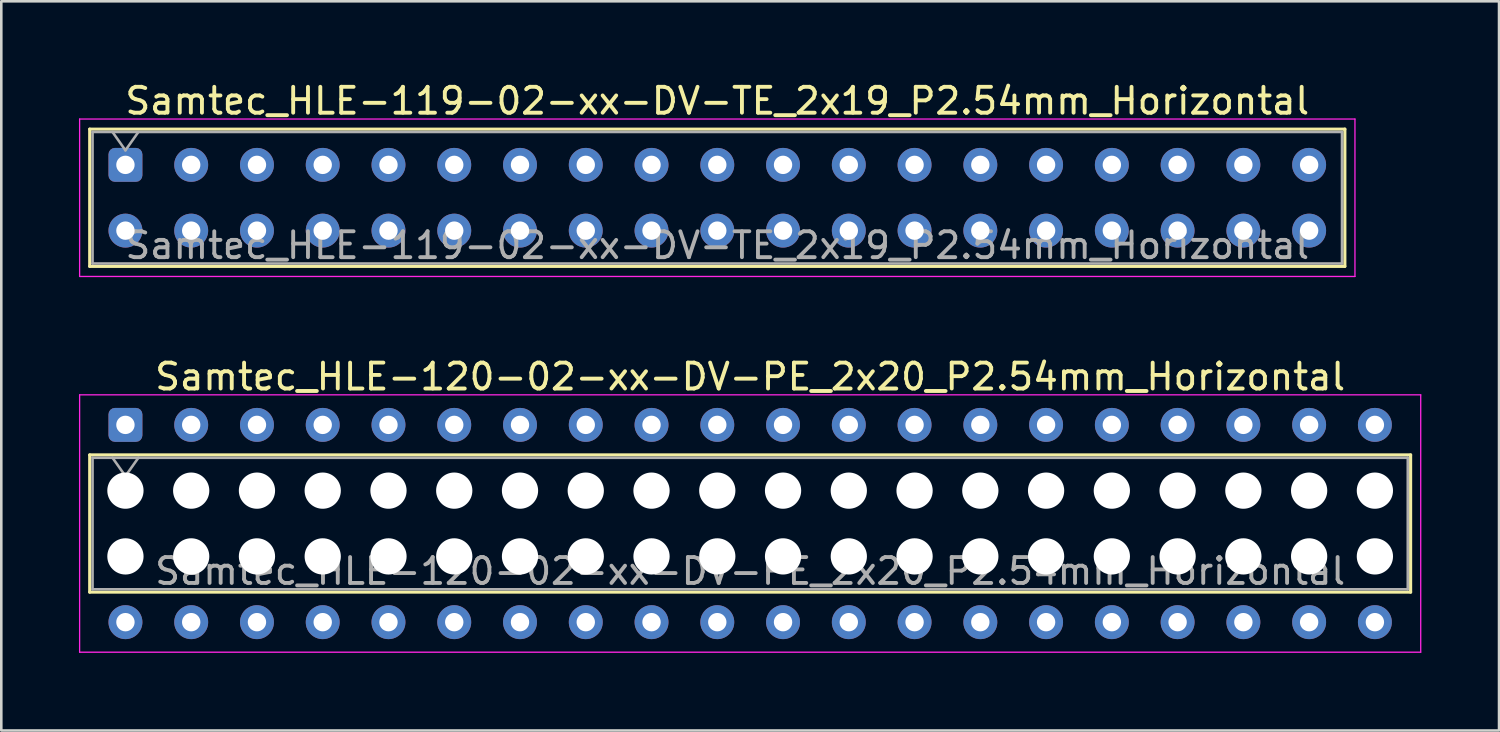
<source format=kicad_pcb>
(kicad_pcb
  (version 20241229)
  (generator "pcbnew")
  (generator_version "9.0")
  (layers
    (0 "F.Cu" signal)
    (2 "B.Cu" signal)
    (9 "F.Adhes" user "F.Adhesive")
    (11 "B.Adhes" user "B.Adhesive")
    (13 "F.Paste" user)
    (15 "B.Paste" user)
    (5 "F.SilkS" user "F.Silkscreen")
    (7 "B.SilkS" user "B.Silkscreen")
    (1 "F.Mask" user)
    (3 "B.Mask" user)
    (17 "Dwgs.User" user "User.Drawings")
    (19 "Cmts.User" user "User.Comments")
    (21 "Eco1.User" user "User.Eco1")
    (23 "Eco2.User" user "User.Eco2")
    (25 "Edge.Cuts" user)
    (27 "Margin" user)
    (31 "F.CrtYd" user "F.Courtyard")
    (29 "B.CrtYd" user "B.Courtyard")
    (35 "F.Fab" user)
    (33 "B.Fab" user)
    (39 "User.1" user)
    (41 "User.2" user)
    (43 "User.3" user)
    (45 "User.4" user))
  (footprint "Samtec_HLE-119-02-xx-DV-TE_2x19_P2.54mm_Horizontal"
    (layer "F.Cu")
    (at 1.795 3.318)
    (property "Reference" "Samtec_HLE-119-02-xx-DV-TE_2x19_P2.54mm_Horizontal" (at 22.86 -2.47 0) (layer "F.SilkS") (effects (font (size 1 1) (thickness 0.15))))
    (attr through_hole)
    (fp_line (start -1.38 -1.38) (end 47.1 -1.38) (stroke (width 0.12) (type solid)) (layer "F.SilkS"))
    (fp_line (start -1.38 3.92) (end -1.38 -1.38) (stroke (width 0.12) (type solid)) (layer "F.SilkS"))
    (fp_line (start 47.1 -1.38) (end 47.1 3.92) (stroke (width 0.12) (type solid)) (layer "F.SilkS"))
    (fp_line (start 47.1 3.92) (end -1.38 3.92) (stroke (width 0.12) (type solid)) (layer "F.SilkS"))
    (fp_line (start -1.77 -1.77) (end 47.49 -1.77) (stroke (width 0.05) (type solid)) (layer "F.CrtYd"))
    (fp_line (start -1.77 4.31) (end -1.77 -1.77) (stroke (width 0.05) (type solid)) (layer "F.CrtYd"))
    (fp_line (start 47.49 -1.77) (end 47.49 4.31) (stroke (width 0.05) (type solid)) (layer "F.CrtYd"))
    (fp_line (start 47.49 4.31) (end -1.77 4.31) (stroke (width 0.05) (type solid)) (layer "F.CrtYd"))
    (fp_line (start -1.27 -1.27) (end 46.99 -1.27) (stroke (width 0.1) (type solid)) (layer "F.Fab"))
    (fp_line (start -1.27 3.81) (end -1.27 -1.27) (stroke (width 0.1) (type solid)) (layer "F.Fab"))
    (fp_line (start -0.5 -1.27) (end 0 -0.563) (stroke (width 0.1) (type solid)) (layer "F.Fab"))
    (fp_line (start 0 -0.563) (end 0.5 -1.27) (stroke (width 0.1) (type solid)) (layer "F.Fab"))
    (fp_line (start 46.99 -1.27) (end 46.99 3.81) (stroke (width 0.1) (type solid)) (layer "F.Fab"))
    (fp_line (start 46.99 3.81) (end -1.27 3.81) (stroke (width 0.1) (type solid)) (layer "F.Fab"))
    (fp_text user "${REFERENCE}" (at 22.86 3.11 0) (layer "F.Fab") (effects (font (size 1 1) (thickness 0.15))))
    (pad "1" thru_hole roundrect (at 0 0) (size 1.31 1.31) (drill 0.71) (layers "*.Cu" "*.Mask") (roundrect_rratio 0.191))
    (pad "2" thru_hole circle (at 0 2.54) (size 1.31 1.31) (drill 0.71) (layers "*.Cu" "*.Mask"))
    (pad "3" thru_hole circle (at 2.54 0) (size 1.31 1.31) (drill 0.71) (layers "*.Cu" "*.Mask"))
    (pad "4" thru_hole circle (at 2.54 2.54) (size 1.31 1.31) (drill 0.71) (layers "*.Cu" "*.Mask"))
    (pad "5" thru_hole circle (at 5.08 0) (size 1.31 1.31) (drill 0.71) (layers "*.Cu" "*.Mask"))
    (pad "6" thru_hole circle (at 5.08 2.54) (size 1.31 1.31) (drill 0.71) (layers "*.Cu" "*.Mask"))
    (pad "7" thru_hole circle (at 7.62 0) (size 1.31 1.31) (drill 0.71) (layers "*.Cu" "*.Mask"))
    (pad "8" thru_hole circle (at 7.62 2.54) (size 1.31 1.31) (drill 0.71) (layers "*.Cu" "*.Mask"))
    (pad "9" thru_hole circle (at 10.16 0) (size 1.31 1.31) (drill 0.71) (layers "*.Cu" "*.Mask"))
    (pad "10" thru_hole circle (at 10.16 2.54) (size 1.31 1.31) (drill 0.71) (layers "*.Cu" "*.Mask"))
    (pad "11" thru_hole circle (at 12.7 0) (size 1.31 1.31) (drill 0.71) (layers "*.Cu" "*.Mask"))
    (pad "12" thru_hole circle (at 12.7 2.54) (size 1.31 1.31) (drill 0.71) (layers "*.Cu" "*.Mask"))
    (pad "13" thru_hole circle (at 15.24 0) (size 1.31 1.31) (drill 0.71) (layers "*.Cu" "*.Mask"))
    (pad "14" thru_hole circle (at 15.24 2.54) (size 1.31 1.31) (drill 0.71) (layers "*.Cu" "*.Mask"))
    (pad "15" thru_hole circle (at 17.78 0) (size 1.31 1.31) (drill 0.71) (layers "*.Cu" "*.Mask"))
    (pad "16" thru_hole circle (at 17.78 2.54) (size 1.31 1.31) (drill 0.71) (layers "*.Cu" "*.Mask"))
    (pad "17" thru_hole circle (at 20.32 0) (size 1.31 1.31) (drill 0.71) (layers "*.Cu" "*.Mask"))
    (pad "18" thru_hole circle (at 20.32 2.54) (size 1.31 1.31) (drill 0.71) (layers "*.Cu" "*.Mask"))
    (pad "19" thru_hole circle (at 22.86 0) (size 1.31 1.31) (drill 0.71) (layers "*.Cu" "*.Mask"))
    (pad "20" thru_hole circle (at 22.86 2.54) (size 1.31 1.31) (drill 0.71) (layers "*.Cu" "*.Mask"))
    (pad "21" thru_hole circle (at 25.4 0) (size 1.31 1.31) (drill 0.71) (layers "*.Cu" "*.Mask"))
    (pad "22" thru_hole circle (at 25.4 2.54) (size 1.31 1.31) (drill 0.71) (layers "*.Cu" "*.Mask"))
    (pad "23" thru_hole circle (at 27.94 0) (size 1.31 1.31) (drill 0.71) (layers "*.Cu" "*.Mask"))
    (pad "24" thru_hole circle (at 27.94 2.54) (size 1.31 1.31) (drill 0.71) (layers "*.Cu" "*.Mask"))
    (pad "25" thru_hole circle (at 30.48 0) (size 1.31 1.31) (drill 0.71) (layers "*.Cu" "*.Mask"))
    (pad "26" thru_hole circle (at 30.48 2.54) (size 1.31 1.31) (drill 0.71) (layers "*.Cu" "*.Mask"))
    (pad "27" thru_hole circle (at 33.02 0) (size 1.31 1.31) (drill 0.71) (layers "*.Cu" "*.Mask"))
    (pad "28" thru_hole circle (at 33.02 2.54) (size 1.31 1.31) (drill 0.71) (layers "*.Cu" "*.Mask"))
    (pad "29" thru_hole circle (at 35.56 0) (size 1.31 1.31) (drill 0.71) (layers "*.Cu" "*.Mask"))
    (pad "30" thru_hole circle (at 35.56 2.54) (size 1.31 1.31) (drill 0.71) (layers "*.Cu" "*.Mask"))
    (pad "31" thru_hole circle (at 38.1 0) (size 1.31 1.31) (drill 0.71) (layers "*.Cu" "*.Mask"))
    (pad "32" thru_hole circle (at 38.1 2.54) (size 1.31 1.31) (drill 0.71) (layers "*.Cu" "*.Mask"))
    (pad "33" thru_hole circle (at 40.64 0) (size 1.31 1.31) (drill 0.71) (layers "*.Cu" "*.Mask"))
    (pad "34" thru_hole circle (at 40.64 2.54) (size 1.31 1.31) (drill 0.71) (layers "*.Cu" "*.Mask"))
    (pad "35" thru_hole circle (at 43.18 0) (size 1.31 1.31) (drill 0.71) (layers "*.Cu" "*.Mask"))
    (pad "36" thru_hole circle (at 43.18 2.54) (size 1.31 1.31) (drill 0.71) (layers "*.Cu" "*.Mask"))
    (pad "37" thru_hole circle (at 45.72 0) (size 1.31 1.31) (drill 0.71) (layers "*.Cu" "*.Mask"))
    (pad "38" thru_hole circle (at 45.72 2.54) (size 1.31 1.31) (drill 0.71) (layers "*.Cu" "*.Mask")))
  (footprint "Samtec_HLE-120-02-xx-DV-PE_2x20_P2.54mm_Horizontal"
    (layer "F.Cu")
    (at 1.795 13.361)
    (property "Reference" "Samtec_HLE-120-02-xx-DV-PE_2x20_P2.54mm_Horizontal" (at 24.13 -1.86 0) (layer "F.SilkS") (effects (font (size 1 1) (thickness 0.15))))
    (attr through_hole)
    (fp_line (start -1.38 1.16) (end 49.64 1.16) (stroke (width 0.12) (type solid)) (layer "F.SilkS"))
    (fp_line (start -1.38 6.46) (end -1.38 1.16) (stroke (width 0.12) (type solid)) (layer "F.SilkS"))
    (fp_line (start 49.64 1.16) (end 49.64 6.46) (stroke (width 0.12) (type solid)) (layer "F.SilkS"))
    (fp_line (start 49.64 6.46) (end -1.38 6.46) (stroke (width 0.12) (type solid)) (layer "F.SilkS"))
    (fp_line (start -1.77 -1.16) (end 50.03 -1.16) (stroke (width 0.05) (type solid)) (layer "F.CrtYd"))
    (fp_line (start -1.77 8.78) (end -1.77 -1.16) (stroke (width 0.05) (type solid)) (layer "F.CrtYd"))
    (fp_line (start 50.03 -1.16) (end 50.03 8.78) (stroke (width 0.05) (type solid)) (layer "F.CrtYd"))
    (fp_line (start 50.03 8.78) (end -1.77 8.78) (stroke (width 0.05) (type solid)) (layer "F.CrtYd"))
    (fp_line (start -1.27 1.27) (end 49.53 1.27) (stroke (width 0.1) (type solid)) (layer "F.Fab"))
    (fp_line (start -1.27 6.35) (end -1.27 1.27) (stroke (width 0.1) (type solid)) (layer "F.Fab"))
    (fp_line (start -0.5 1.27) (end 0 1.977) (stroke (width 0.1) (type solid)) (layer "F.Fab"))
    (fp_line (start 0 1.977) (end 0.5 1.27) (stroke (width 0.1) (type solid)) (layer "F.Fab"))
    (fp_line (start 49.53 1.27) (end 49.53 6.35) (stroke (width 0.1) (type solid)) (layer "F.Fab"))
    (fp_line (start 49.53 6.35) (end -1.27 6.35) (stroke (width 0.1) (type solid)) (layer "F.Fab"))
    (fp_text user "${REFERENCE}" (at 24.13 5.65 0) (layer "F.Fab") (effects (font (size 1 1) (thickness 0.15))))
    (pad "" np_thru_hole circle (at 0 2.54) (size 1.4 1.4) (drill 1.4) (layers "*.Cu" "*.Mask"))
    (pad "" np_thru_hole circle (at 0 5.08) (size 1.4 1.4) (drill 1.4) (layers "*.Cu" "*.Mask"))
    (pad "" np_thru_hole circle (at 2.54 2.54) (size 1.4 1.4) (drill 1.4) (layers "*.Cu" "*.Mask"))
    (pad "" np_thru_hole circle (at 2.54 5.08) (size 1.4 1.4) (drill 1.4) (layers "*.Cu" "*.Mask"))
    (pad "" np_thru_hole circle (at 5.08 2.54) (size 1.4 1.4) (drill 1.4) (layers "*.Cu" "*.Mask"))
    (pad "" np_thru_hole circle (at 5.08 5.08) (size 1.4 1.4) (drill 1.4) (layers "*.Cu" "*.Mask"))
    (pad "" np_thru_hole circle (at 7.62 2.54) (size 1.4 1.4) (drill 1.4) (layers "*.Cu" "*.Mask"))
    (pad "" np_thru_hole circle (at 7.62 5.08) (size 1.4 1.4) (drill 1.4) (layers "*.Cu" "*.Mask"))
    (pad "" np_thru_hole circle (at 10.16 2.54) (size 1.4 1.4) (drill 1.4) (layers "*.Cu" "*.Mask"))
    (pad "" np_thru_hole circle (at 10.16 5.08) (size 1.4 1.4) (drill 1.4) (layers "*.Cu" "*.Mask"))
    (pad "" np_thru_hole circle (at 12.7 2.54) (size 1.4 1.4) (drill 1.4) (layers "*.Cu" "*.Mask"))
    (pad "" np_thru_hole circle (at 12.7 5.08) (size 1.4 1.4) (drill 1.4) (layers "*.Cu" "*.Mask"))
    (pad "" np_thru_hole circle (at 15.24 2.54) (size 1.4 1.4) (drill 1.4) (layers "*.Cu" "*.Mask"))
    (pad "" np_thru_hole circle (at 15.24 5.08) (size 1.4 1.4) (drill 1.4) (layers "*.Cu" "*.Mask"))
    (pad "" np_thru_hole circle (at 17.78 2.54) (size 1.4 1.4) (drill 1.4) (layers "*.Cu" "*.Mask"))
    (pad "" np_thru_hole circle (at 17.78 5.08) (size 1.4 1.4) (drill 1.4) (layers "*.Cu" "*.Mask"))
    (pad "" np_thru_hole circle (at 20.32 2.54) (size 1.4 1.4) (drill 1.4) (layers "*.Cu" "*.Mask"))
    (pad "" np_thru_hole circle (at 20.32 5.08) (size 1.4 1.4) (drill 1.4) (layers "*.Cu" "*.Mask"))
    (pad "" np_thru_hole circle (at 22.86 2.54) (size 1.4 1.4) (drill 1.4) (layers "*.Cu" "*.Mask"))
    (pad "" np_thru_hole circle (at 22.86 5.08) (size 1.4 1.4) (drill 1.4) (layers "*.Cu" "*.Mask"))
    (pad "" np_thru_hole circle (at 25.4 2.54) (size 1.4 1.4) (drill 1.4) (layers "*.Cu" "*.Mask"))
    (pad "" np_thru_hole circle (at 25.4 5.08) (size 1.4 1.4) (drill 1.4) (layers "*.Cu" "*.Mask"))
    (pad "" np_thru_hole circle (at 27.94 2.54) (size 1.4 1.4) (drill 1.4) (layers "*.Cu" "*.Mask"))
    (pad "" np_thru_hole circle (at 27.94 5.08) (size 1.4 1.4) (drill 1.4) (layers "*.Cu" "*.Mask"))
    (pad "" np_thru_hole circle (at 30.48 2.54) (size 1.4 1.4) (drill 1.4) (layers "*.Cu" "*.Mask"))
    (pad "" np_thru_hole circle (at 30.48 5.08) (size 1.4 1.4) (drill 1.4) (layers "*.Cu" "*.Mask"))
    (pad "" np_thru_hole circle (at 33.02 2.54) (size 1.4 1.4) (drill 1.4) (layers "*.Cu" "*.Mask"))
    (pad "" np_thru_hole circle (at 33.02 5.08) (size 1.4 1.4) (drill 1.4) (layers "*.Cu" "*.Mask"))
    (pad "" np_thru_hole circle (at 35.56 2.54) (size 1.4 1.4) (drill 1.4) (layers "*.Cu" "*.Mask"))
    (pad "" np_thru_hole circle (at 35.56 5.08) (size 1.4 1.4) (drill 1.4) (layers "*.Cu" "*.Mask"))
    (pad "" np_thru_hole circle (at 38.1 2.54) (size 1.4 1.4) (drill 1.4) (layers "*.Cu" "*.Mask"))
    (pad "" np_thru_hole circle (at 38.1 5.08) (size 1.4 1.4) (drill 1.4) (layers "*.Cu" "*.Mask"))
    (pad "" np_thru_hole circle (at 40.64 2.54) (size 1.4 1.4) (drill 1.4) (layers "*.Cu" "*.Mask"))
    (pad "" np_thru_hole circle (at 40.64 5.08) (size 1.4 1.4) (drill 1.4) (layers "*.Cu" "*.Mask"))
    (pad "" np_thru_hole circle (at 43.18 2.54) (size 1.4 1.4) (drill 1.4) (layers "*.Cu" "*.Mask"))
    (pad "" np_thru_hole circle (at 43.18 5.08) (size 1.4 1.4) (drill 1.4) (layers "*.Cu" "*.Mask"))
    (pad "" np_thru_hole circle (at 45.72 2.54) (size 1.4 1.4) (drill 1.4) (layers "*.Cu" "*.Mask"))
    (pad "" np_thru_hole circle (at 45.72 5.08) (size 1.4 1.4) (drill 1.4) (layers "*.Cu" "*.Mask"))
    (pad "" np_thru_hole circle (at 48.26 2.54) (size 1.4 1.4) (drill 1.4) (layers "*.Cu" "*.Mask"))
    (pad "" np_thru_hole circle (at 48.26 5.08) (size 1.4 1.4) (drill 1.4) (layers "*.Cu" "*.Mask"))
    (pad "1" thru_hole roundrect (at 0 0) (size 1.31 1.31) (drill 0.71) (layers "*.Cu" "*.Mask") (roundrect_rratio 0.191))
    (pad "2" thru_hole circle (at 0 7.62) (size 1.31 1.31) (drill 0.71) (layers "*.Cu" "*.Mask"))
    (pad "3" thru_hole circle (at 2.54 0) (size 1.31 1.31) (drill 0.71) (layers "*.Cu" "*.Mask"))
    (pad "4" thru_hole circle (at 2.54 7.62) (size 1.31 1.31) (drill 0.71) (layers "*.Cu" "*.Mask"))
    (pad "5" thru_hole circle (at 5.08 0) (size 1.31 1.31) (drill 0.71) (layers "*.Cu" "*.Mask"))
    (pad "6" thru_hole circle (at 5.08 7.62) (size 1.31 1.31) (drill 0.71) (layers "*.Cu" "*.Mask"))
    (pad "7" thru_hole circle (at 7.62 0) (size 1.31 1.31) (drill 0.71) (layers "*.Cu" "*.Mask"))
    (pad "8" thru_hole circle (at 7.62 7.62) (size 1.31 1.31) (drill 0.71) (layers "*.Cu" "*.Mask"))
    (pad "9" thru_hole circle (at 10.16 0) (size 1.31 1.31) (drill 0.71) (layers "*.Cu" "*.Mask"))
    (pad "10" thru_hole circle (at 10.16 7.62) (size 1.31 1.31) (drill 0.71) (layers "*.Cu" "*.Mask"))
    (pad "11" thru_hole circle (at 12.7 0) (size 1.31 1.31) (drill 0.71) (layers "*.Cu" "*.Mask"))
    (pad "12" thru_hole circle (at 12.7 7.62) (size 1.31 1.31) (drill 0.71) (layers "*.Cu" "*.Mask"))
    (pad "13" thru_hole circle (at 15.24 0) (size 1.31 1.31) (drill 0.71) (layers "*.Cu" "*.Mask"))
    (pad "14" thru_hole circle (at 15.24 7.62) (size 1.31 1.31) (drill 0.71) (layers "*.Cu" "*.Mask"))
    (pad "15" thru_hole circle (at 17.78 0) (size 1.31 1.31) (drill 0.71) (layers "*.Cu" "*.Mask"))
    (pad "16" thru_hole circle (at 17.78 7.62) (size 1.31 1.31) (drill 0.71) (layers "*.Cu" "*.Mask"))
    (pad "17" thru_hole circle (at 20.32 0) (size 1.31 1.31) (drill 0.71) (layers "*.Cu" "*.Mask"))
    (pad "18" thru_hole circle (at 20.32 7.62) (size 1.31 1.31) (drill 0.71) (layers "*.Cu" "*.Mask"))
    (pad "19" thru_hole circle (at 22.86 0) (size 1.31 1.31) (drill 0.71) (layers "*.Cu" "*.Mask"))
    (pad "20" thru_hole circle (at 22.86 7.62) (size 1.31 1.31) (drill 0.71) (layers "*.Cu" "*.Mask"))
    (pad "21" thru_hole circle (at 25.4 0) (size 1.31 1.31) (drill 0.71) (layers "*.Cu" "*.Mask"))
    (pad "22" thru_hole circle (at 25.4 7.62) (size 1.31 1.31) (drill 0.71) (layers "*.Cu" "*.Mask"))
    (pad "23" thru_hole circle (at 27.94 0) (size 1.31 1.31) (drill 0.71) (layers "*.Cu" "*.Mask"))
    (pad "24" thru_hole circle (at 27.94 7.62) (size 1.31 1.31) (drill 0.71) (layers "*.Cu" "*.Mask"))
    (pad "25" thru_hole circle (at 30.48 0) (size 1.31 1.31) (drill 0.71) (layers "*.Cu" "*.Mask"))
    (pad "26" thru_hole circle (at 30.48 7.62) (size 1.31 1.31) (drill 0.71) (layers "*.Cu" "*.Mask"))
    (pad "27" thru_hole circle (at 33.02 0) (size 1.31 1.31) (drill 0.71) (layers "*.Cu" "*.Mask"))
    (pad "28" thru_hole circle (at 33.02 7.62) (size 1.31 1.31) (drill 0.71) (layers "*.Cu" "*.Mask"))
    (pad "29" thru_hole circle (at 35.56 0) (size 1.31 1.31) (drill 0.71) (layers "*.Cu" "*.Mask"))
    (pad "30" thru_hole circle (at 35.56 7.62) (size 1.31 1.31) (drill 0.71) (layers "*.Cu" "*.Mask"))
    (pad "31" thru_hole circle (at 38.1 0) (size 1.31 1.31) (drill 0.71) (layers "*.Cu" "*.Mask"))
    (pad "32" thru_hole circle (at 38.1 7.62) (size 1.31 1.31) (drill 0.71) (layers "*.Cu" "*.Mask"))
    (pad "33" thru_hole circle (at 40.64 0) (size 1.31 1.31) (drill 0.71) (layers "*.Cu" "*.Mask"))
    (pad "34" thru_hole circle (at 40.64 7.62) (size 1.31 1.31) (drill 0.71) (layers "*.Cu" "*.Mask"))
    (pad "35" thru_hole circle (at 43.18 0) (size 1.31 1.31) (drill 0.71) (layers "*.Cu" "*.Mask"))
    (pad "36" thru_hole circle (at 43.18 7.62) (size 1.31 1.31) (drill 0.71) (layers "*.Cu" "*.Mask"))
    (pad "37" thru_hole circle (at 45.72 0) (size 1.31 1.31) (drill 0.71) (layers "*.Cu" "*.Mask"))
    (pad "38" thru_hole circle (at 45.72 7.62) (size 1.31 1.31) (drill 0.71) (layers "*.Cu" "*.Mask"))
    (pad "39" thru_hole circle (at 48.26 0) (size 1.31 1.31) (drill 0.71) (layers "*.Cu" "*.Mask"))
    (pad "40" thru_hole circle (at 48.26 7.62) (size 1.31 1.31) (drill 0.71) (layers "*.Cu" "*.Mask")))
  (gr_rect
    (start -3 -3)
    (end 54.85 25.166)
    (stroke (width 0.1) (type default))
    (fill no)
    (layer "Edge.Cuts")))
</source>
